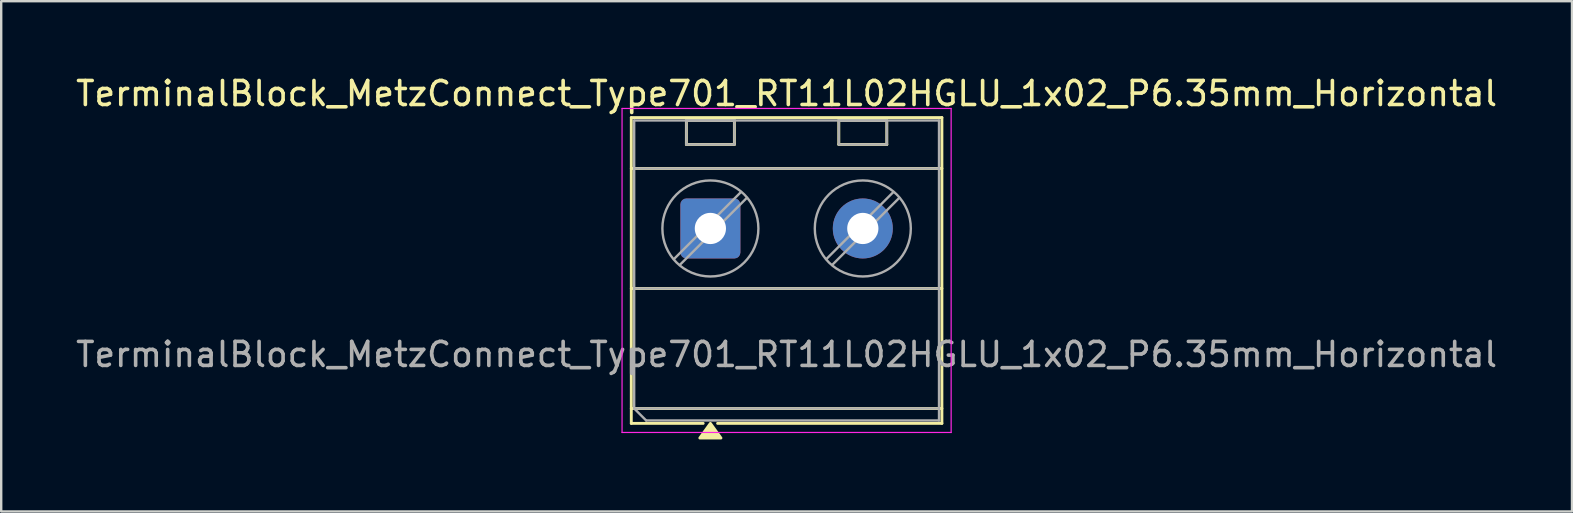
<source format=kicad_pcb>
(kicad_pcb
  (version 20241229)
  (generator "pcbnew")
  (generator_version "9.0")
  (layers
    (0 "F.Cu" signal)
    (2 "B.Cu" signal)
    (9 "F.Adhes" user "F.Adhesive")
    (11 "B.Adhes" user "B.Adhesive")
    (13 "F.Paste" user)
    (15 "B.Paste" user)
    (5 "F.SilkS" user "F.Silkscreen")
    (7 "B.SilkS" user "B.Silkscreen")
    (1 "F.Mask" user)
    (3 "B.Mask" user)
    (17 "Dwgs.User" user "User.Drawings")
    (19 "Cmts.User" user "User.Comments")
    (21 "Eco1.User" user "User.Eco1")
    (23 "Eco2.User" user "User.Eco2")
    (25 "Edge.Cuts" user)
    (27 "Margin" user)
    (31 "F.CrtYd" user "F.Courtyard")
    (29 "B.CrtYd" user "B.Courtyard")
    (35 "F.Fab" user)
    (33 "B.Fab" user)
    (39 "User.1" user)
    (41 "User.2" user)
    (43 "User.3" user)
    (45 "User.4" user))
  (footprint "TerminalBlock_MetzConnect_Type701_RT11L02HGLU_1x02_P6.35mm_Horizontal"
    (layer "F.Cu")
    (at 26.545 6.468)
    (property "Reference" "TerminalBlock_MetzConnect_Type701_RT11L02HGLU_1x02_P6.35mm_Horizontal" (at 3.175 -5.62 0) (layer "F.SilkS") (effects (font (size 1 1) (thickness 0.15))))
    (attr through_hole)
    (fp_line (start -3.295 -4.62) (end -3.295 8.12) (stroke (width 0.12) (type solid)) (layer "F.SilkS"))
    (fp_line (start -3.295 -4.62) (end 9.645 -4.62) (stroke (width 0.12) (type solid)) (layer "F.SilkS"))
    (fp_line (start -3.295 -2.5) (end 9.645 -2.5) (stroke (width 0.12) (type solid)) (layer "F.SilkS"))
    (fp_line (start -3.295 2.5) (end 9.645 2.5) (stroke (width 0.12) (type solid)) (layer "F.SilkS"))
    (fp_line (start -3.295 7.5) (end 9.645 7.5) (stroke (width 0.12) (type solid)) (layer "F.SilkS"))
    (fp_line (start -3.295 8.12) (end -0.3 8.12) (stroke (width 0.12) (type solid)) (layer "F.SilkS"))
    (fp_line (start -1 -4.5) (end -1 -3.5) (stroke (width 0.12) (type solid)) (layer "F.SilkS"))
    (fp_line (start -1 -4.5) (end 1 -4.5) (stroke (width 0.12) (type solid)) (layer "F.SilkS"))
    (fp_line (start -1 -3.5) (end 1 -3.5) (stroke (width 0.12) (type solid)) (layer "F.SilkS"))
    (fp_line (start 0.3 8.12) (end 9.645 8.12) (stroke (width 0.12) (type solid)) (layer "F.SilkS"))
    (fp_line (start 1 -4.5) (end 1 -3.5) (stroke (width 0.12) (type solid)) (layer "F.SilkS"))
    (fp_line (start 5.35 -4.5) (end 5.35 -3.5) (stroke (width 0.12) (type solid)) (layer "F.SilkS"))
    (fp_line (start 5.35 -4.5) (end 7.35 -4.5) (stroke (width 0.12) (type solid)) (layer "F.SilkS"))
    (fp_line (start 5.35 -3.5) (end 7.35 -3.5) (stroke (width 0.12) (type solid)) (layer "F.SilkS"))
    (fp_line (start 7.35 -4.5) (end 7.35 -3.5) (stroke (width 0.12) (type solid)) (layer "F.SilkS"))
    (fp_line (start 9.645 -4.62) (end 9.645 8.12) (stroke (width 0.12) (type solid)) (layer "F.SilkS"))
    (fp_poly (pts (xy 0 8.12) (xy 0.44 8.73) (xy -0.44 8.73)) (stroke (width 0.12) (type solid)) (fill yes) (layer "F.SilkS"))
    (fp_line (start -3.68 -5) (end -3.68 8.5) (stroke (width 0.05) (type solid)) (layer "F.CrtYd"))
    (fp_line (start -3.68 8.5) (end 10.03 8.5) (stroke (width 0.05) (type solid)) (layer "F.CrtYd"))
    (fp_line (start 10.03 -5) (end -3.68 -5) (stroke (width 0.05) (type solid)) (layer "F.CrtYd"))
    (fp_line (start 10.03 8.5) (end 10.03 -5) (stroke (width 0.05) (type solid)) (layer "F.CrtYd"))
    (fp_line (start -3.175 -4.5) (end 9.525 -4.5) (stroke (width 0.1) (type solid)) (layer "F.Fab"))
    (fp_line (start -3.175 -2.5) (end 9.525 -2.5) (stroke (width 0.1) (type solid)) (layer "F.Fab"))
    (fp_line (start -3.175 2.5) (end 9.525 2.5) (stroke (width 0.1) (type solid)) (layer "F.Fab"))
    (fp_line (start -3.175 7.5) (end -3.175 -4.5) (stroke (width 0.1) (type solid)) (layer "F.Fab"))
    (fp_line (start -3.175 7.5) (end 9.525 7.5) (stroke (width 0.1) (type solid)) (layer "F.Fab"))
    (fp_line (start -2.675 8) (end -3.175 7.5) (stroke (width 0.1) (type solid)) (layer "F.Fab"))
    (fp_line (start -1 -4.5) (end -1 -3.5) (stroke (width 0.1) (type solid)) (layer "F.Fab"))
    (fp_line (start -1 -3.5) (end 1 -3.5) (stroke (width 0.1) (type solid)) (layer "F.Fab"))
    (fp_line (start 1 -4.5) (end -1 -4.5) (stroke (width 0.1) (type solid)) (layer "F.Fab"))
    (fp_line (start 1 -3.5) (end 1 -4.5) (stroke (width 0.1) (type solid)) (layer "F.Fab"))
    (fp_line (start 1.273 -1.517) (end -1.517 1.273) (stroke (width 0.1) (type solid)) (layer "F.Fab"))
    (fp_line (start 1.517 -1.273) (end -1.273 1.517) (stroke (width 0.1) (type solid)) (layer "F.Fab"))
    (fp_line (start 5.35 -4.5) (end 5.35 -3.5) (stroke (width 0.1) (type solid)) (layer "F.Fab"))
    (fp_line (start 5.35 -3.5) (end 7.35 -3.5) (stroke (width 0.1) (type solid)) (layer "F.Fab"))
    (fp_line (start 7.35 -4.5) (end 5.35 -4.5) (stroke (width 0.1) (type solid)) (layer "F.Fab"))
    (fp_line (start 7.35 -3.5) (end 7.35 -4.5) (stroke (width 0.1) (type solid)) (layer "F.Fab"))
    (fp_line (start 7.623 -1.517) (end 4.833 1.273) (stroke (width 0.1) (type solid)) (layer "F.Fab"))
    (fp_line (start 7.867 -1.273) (end 5.077 1.517) (stroke (width 0.1) (type solid)) (layer "F.Fab"))
    (fp_line (start 9.525 -4.5) (end 9.525 8) (stroke (width 0.1) (type solid)) (layer "F.Fab"))
    (fp_line (start 9.525 8) (end -2.675 8) (stroke (width 0.1) (type solid)) (layer "F.Fab"))
    (fp_circle (center 0 0) (end 2 0) (stroke (width 0.1) (type solid)) (fill no) (layer "F.Fab"))
    (fp_circle (center 6.35 0) (end 8.35 0) (stroke (width 0.1) (type solid)) (fill no) (layer "F.Fab"))
    (fp_text user "${REFERENCE}" (at 3.175 5.25 0) (layer "F.Fab") (effects (font (size 1 1) (thickness 0.15))))
    (pad "1" thru_hole roundrect (at 0 0) (size 2.5 2.5) (drill 1.3) (layers "*.Cu" "*.Mask") (roundrect_rratio 0.1))
    (pad "2" thru_hole circle (at 6.35 0) (size 2.5 2.5) (drill 1.3) (layers "*.Cu" "*.Mask")))
  (gr_rect
    (start -3 -3)
    (end 62.44 18.258)
    (stroke (width 0.1) (type default))
    (fill no)
    (layer "Edge.Cuts")))
</source>
